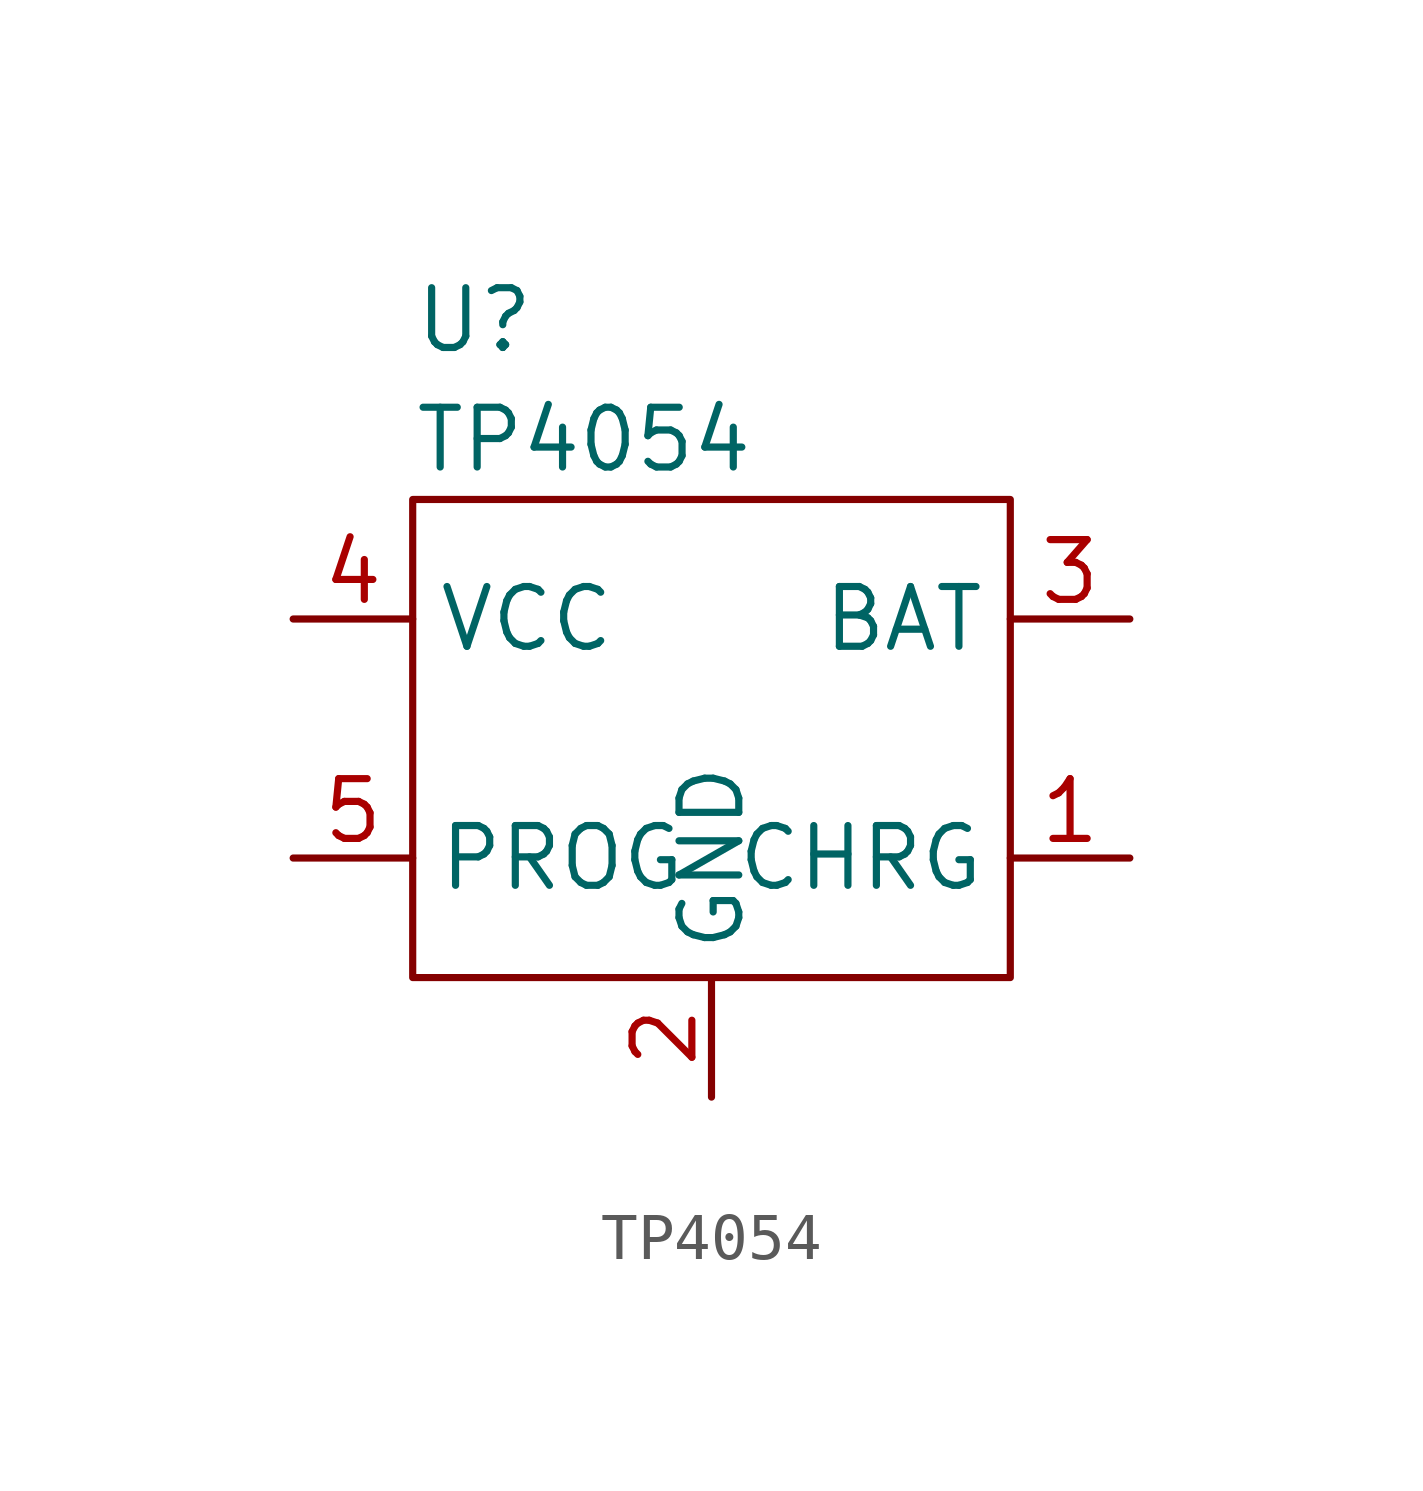
<source format=kicad_sym>
(kicad_symbol_lib
  (version 20211014)
  (generator kicad_symbol_editor)
  (symbol "TP4054"
    (property "Reference" "U"
      (at -6.35 8.89 0)
      (effects (font (size 1.27 1.27)) (justify left)))
    (property "Value" "TP4054"
      (at -6.35 6.35 0)
      (effects (font (size 1.27 1.27)) (justify left)))
    (symbol "TP4054_0_1"
      (rectangle (start -6.35 5.08) (end 6.35 -5.08) (stroke (width 0) (type default) (color 0 0 0 0)) (fill (type none))))
    (symbol "TP4054_1_1"
      (pin passive line (at 8.89 -2.54 180) (length 2.54) (name "CHRG" (effects (font (size 1.27 1.27)))) (number "1" (effects (font (size 1.27 1.27)))))
      (pin passive line (at 0 -7.62 90) (length 2.54) (name "GND" (effects (font (size 1.27 1.27)))) (number "2" (effects (font (size 1.27 1.27)))))
      (pin passive line (at 8.89 2.54 180) (length 2.54) (name "BAT" (effects (font (size 1.27 1.27)))) (number "3" (effects (font (size 1.27 1.27)))))
      (pin passive line (at -8.89 2.54 0) (length 2.54) (name "VCC" (effects (font (size 1.27 1.27)))) (number "4" (effects (font (size 1.27 1.27)))))
      (pin passive line (at -8.89 -2.54 0) (length 2.54) (name "PROG" (effects (font (size 1.27 1.27)))) (number "5" (effects (font (size 1.27 1.27))))))))
</source>
